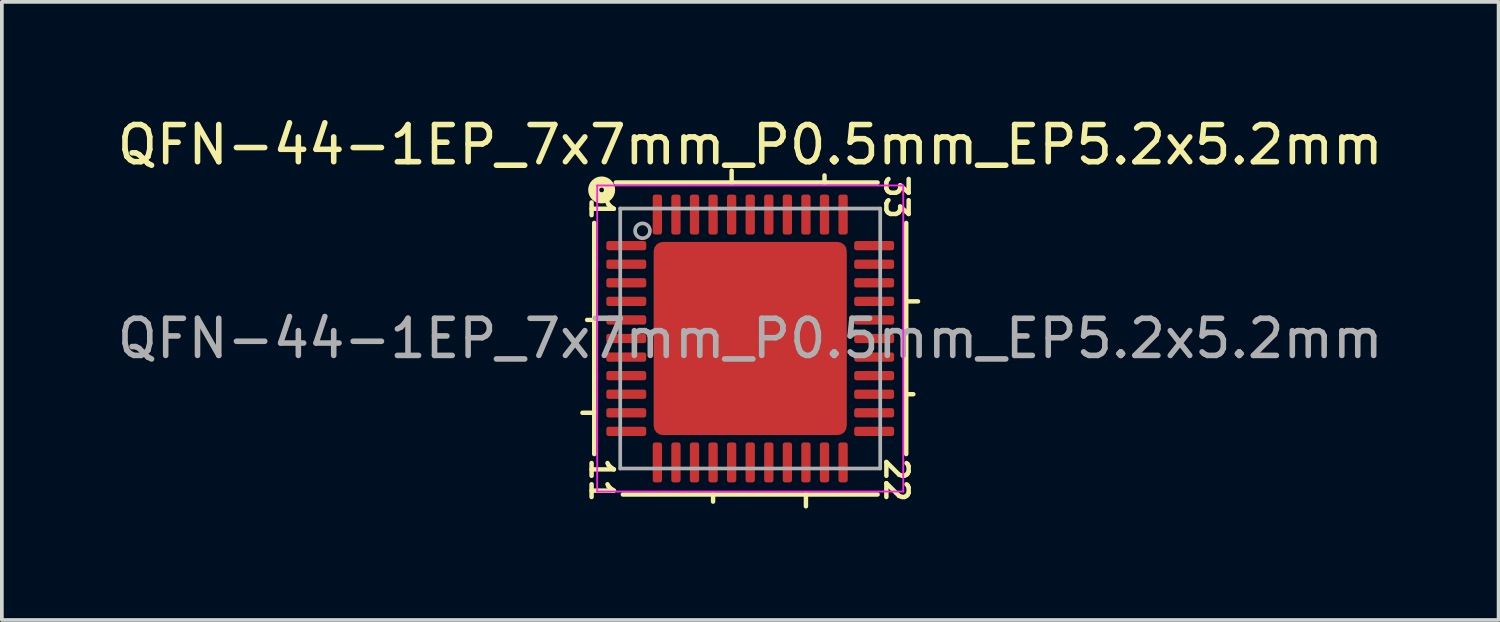
<source format=kicad_pcb>
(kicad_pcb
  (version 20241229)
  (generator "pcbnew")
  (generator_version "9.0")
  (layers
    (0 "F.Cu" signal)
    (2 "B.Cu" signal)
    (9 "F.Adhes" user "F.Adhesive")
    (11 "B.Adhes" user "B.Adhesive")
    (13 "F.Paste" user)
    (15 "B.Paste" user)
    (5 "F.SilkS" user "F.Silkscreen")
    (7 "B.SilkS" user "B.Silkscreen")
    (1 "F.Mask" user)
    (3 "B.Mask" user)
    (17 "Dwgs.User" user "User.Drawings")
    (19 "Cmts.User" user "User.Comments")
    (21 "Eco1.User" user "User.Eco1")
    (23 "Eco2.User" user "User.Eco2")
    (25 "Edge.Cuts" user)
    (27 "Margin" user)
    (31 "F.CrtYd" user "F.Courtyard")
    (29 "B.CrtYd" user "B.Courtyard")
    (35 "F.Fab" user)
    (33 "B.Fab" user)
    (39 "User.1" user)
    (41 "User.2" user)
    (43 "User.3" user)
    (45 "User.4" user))
  (footprint "QFN-44-1EP_7x7mm_P0.5mm_EP5.2x5.2mm"
    (layer "F.Cu")
    (at 17.149 6.064)
    (property "Reference" "QFN-44-1EP_7x7mm_P0.5mm_EP5.2x5.2mm" (at 0 -5.216 0) (layer "F.SilkS") (effects (font (size 1 1) (thickness 0.15))))
    (attr smd)
    (fp_line (start -4.2 -3.111) (end -4.2 3.111) (stroke (width 0.12) (type solid)) (layer "F.SilkS"))
    (fp_line (start -4.2 -0.5) (end -4.391 -0.5) (stroke (width 0.12) (type solid)) (layer "F.SilkS"))
    (fp_line (start -4.2 2) (end -4.518 2) (stroke (width 0.12) (type solid)) (layer "F.SilkS"))
    (fp_line (start -3.429 4.2) (end 3.429 4.2) (stroke (width 0.12) (type solid)) (layer "F.SilkS"))
    (fp_line (start -1 4.2) (end -1 4.391) (stroke (width 0.12) (type solid)) (layer "F.SilkS"))
    (fp_line (start -0.5 -4.2) (end -0.5 -4.518) (stroke (width 0.12) (type solid)) (layer "F.SilkS"))
    (fp_line (start 1.5 4.2) (end 1.5 4.518) (stroke (width 0.12) (type solid)) (layer "F.SilkS"))
    (fp_line (start 2 -4.2) (end 2 -4.391) (stroke (width 0.12) (type solid)) (layer "F.SilkS"))
    (fp_line (start 3.429 -4.2) (end -3.619 -4.2) (stroke (width 0.12) (type solid)) (layer "F.SilkS"))
    (fp_line (start 4.2 -1) (end 4.518 -1) (stroke (width 0.12) (type solid)) (layer "F.SilkS"))
    (fp_line (start 4.2 1.5) (end 4.391 1.5) (stroke (width 0.12) (type solid)) (layer "F.SilkS"))
    (fp_line (start 4.2 3.111) (end 4.2 -3.111) (stroke (width 0.12) (type solid)) (layer "F.SilkS"))
    (fp_circle (center -4 -4) (end -3.937 -4) (stroke (width 0.3) (type solid)) (fill no) (layer "F.SilkS"))
    (fp_line (start -4.12 -4.12) (end -4.12 4.12) (stroke (width 0.05) (type solid)) (layer "F.CrtYd"))
    (fp_line (start -4.12 4.12) (end 4.12 4.12) (stroke (width 0.05) (type solid)) (layer "F.CrtYd"))
    (fp_line (start 4.12 -4.12) (end -4.12 -4.12) (stroke (width 0.05) (type solid)) (layer "F.CrtYd"))
    (fp_line (start 4.12 4.12) (end 4.12 -4.12) (stroke (width 0.05) (type solid)) (layer "F.CrtYd"))
    (fp_line (start -3.5 -3.5) (end 3.5 -3.5) (stroke (width 0.1) (type solid)) (layer "F.Fab"))
    (fp_line (start -3.5 3.5) (end -3.5 -3.5) (stroke (width 0.1) (type solid)) (layer "F.Fab"))
    (fp_line (start 3.5 -3.5) (end 3.5 3.5) (stroke (width 0.1) (type solid)) (layer "F.Fab"))
    (fp_line (start 3.5 3.5) (end -3.5 3.5) (stroke (width 0.1) (type solid)) (layer "F.Fab"))
    (fp_circle (center -2.9 -2.9) (end -2.7 -2.9) (stroke (width 0.1) (type solid)) (fill no) (layer "F.Fab"))
    (fp_text user "11" (at -4 3.81 270) (unlocked yes) (layer "F.SilkS") (effects (font (size 0.6 0.6) (thickness 0.12))))
    (fp_text user "1" (at -4 -3.493 270) (unlocked yes) (layer "F.SilkS") (effects (font (size 0.6 0.6) (thickness 0.12))))
    (fp_text user "33" (at 3.937 -3.81 270) (unlocked yes) (layer "F.SilkS") (effects (font (size 0.6 0.6) (thickness 0.12))))
    (fp_text user "22" (at 3.937 3.81 270) (unlocked yes) (layer "F.SilkS") (effects (font (size 0.6 0.6) (thickness 0.12))))
    (fp_text user "${REFERENCE}" (at 0 0 0) (layer "F.Fab") (effects (font (size 1 1) (thickness 0.15))))
    (pad "" smd roundrect (at -1.95 -1.95) (size 1.05 1.05) (layers "F.Paste") (roundrect_rratio 0.238))
    (pad "" smd roundrect (at -1.95 -0.65) (size 1.05 1.05) (layers "F.Paste") (roundrect_rratio 0.238))
    (pad "" smd roundrect (at -1.95 0.65) (size 1.05 1.05) (layers "F.Paste") (roundrect_rratio 0.238))
    (pad "" smd roundrect (at -1.95 1.95) (size 1.05 1.05) (layers "F.Paste") (roundrect_rratio 0.238))
    (pad "" smd roundrect (at -0.65 -1.95) (size 1.05 1.05) (layers "F.Paste") (roundrect_rratio 0.238))
    (pad "" smd roundrect (at -0.65 -0.65) (size 1.05 1.05) (layers "F.Paste") (roundrect_rratio 0.238))
    (pad "" smd roundrect (at -0.65 0.65) (size 1.05 1.05) (layers "F.Paste") (roundrect_rratio 0.238))
    (pad "" smd roundrect (at -0.65 1.95) (size 1.05 1.05) (layers "F.Paste") (roundrect_rratio 0.238))
    (pad "" smd roundrect (at 0.65 -1.95) (size 1.05 1.05) (layers "F.Paste") (roundrect_rratio 0.238))
    (pad "" smd roundrect (at 0.65 -0.65) (size 1.05 1.05) (layers "F.Paste") (roundrect_rratio 0.238))
    (pad "" smd roundrect (at 0.65 0.65) (size 1.05 1.05) (layers "F.Paste") (roundrect_rratio 0.238))
    (pad "" smd roundrect (at 0.65 1.95) (size 1.05 1.05) (layers "F.Paste") (roundrect_rratio 0.238))
    (pad "" smd roundrect (at 1.95 -1.95) (size 1.05 1.05) (layers "F.Paste") (roundrect_rratio 0.238))
    (pad "" smd roundrect (at 1.95 -0.65) (size 1.05 1.05) (layers "F.Paste") (roundrect_rratio 0.238))
    (pad "" smd roundrect (at 1.95 0.65) (size 1.05 1.05) (layers "F.Paste") (roundrect_rratio 0.238))
    (pad "" smd roundrect (at 1.95 1.95) (size 1.05 1.05) (layers "F.Paste") (roundrect_rratio 0.238))
    (pad "1" smd roundrect (at -3.337 -2.5) (size 1.075 0.25) (layers "F.Cu" "F.Mask" "F.Paste") (roundrect_rratio 0.25))
    (pad "2" smd roundrect (at -3.337 -2) (size 1.075 0.25) (layers "F.Cu" "F.Mask" "F.Paste") (roundrect_rratio 0.25))
    (pad "3" smd roundrect (at -3.337 -1.5) (size 1.075 0.25) (layers "F.Cu" "F.Mask" "F.Paste") (roundrect_rratio 0.25))
    (pad "4" smd roundrect (at -3.337 -1) (size 1.075 0.25) (layers "F.Cu" "F.Mask" "F.Paste") (roundrect_rratio 0.25))
    (pad "5" smd roundrect (at -3.337 -0.5) (size 1.075 0.25) (layers "F.Cu" "F.Mask" "F.Paste") (roundrect_rratio 0.25))
    (pad "6" smd roundrect (at -3.337 0) (size 1.075 0.25) (layers "F.Cu" "F.Mask" "F.Paste") (roundrect_rratio 0.25))
    (pad "7" smd roundrect (at -3.337 0.5) (size 1.075 0.25) (layers "F.Cu" "F.Mask" "F.Paste") (roundrect_rratio 0.25))
    (pad "8" smd roundrect (at -3.337 1) (size 1.075 0.25) (layers "F.Cu" "F.Mask" "F.Paste") (roundrect_rratio 0.25))
    (pad "9" smd roundrect (at -3.337 1.5) (size 1.075 0.25) (layers "F.Cu" "F.Mask" "F.Paste") (roundrect_rratio 0.25))
    (pad "10" smd roundrect (at -3.337 2) (size 1.075 0.25) (layers "F.Cu" "F.Mask" "F.Paste") (roundrect_rratio 0.25))
    (pad "11" smd roundrect (at -3.337 2.5) (size 1.075 0.25) (layers "F.Cu" "F.Mask" "F.Paste") (roundrect_rratio 0.25))
    (pad "12" smd roundrect (at -2.5 3.337) (size 0.25 1.075) (layers "F.Cu" "F.Mask" "F.Paste") (roundrect_rratio 0.25))
    (pad "13" smd roundrect (at -2 3.337) (size 0.25 1.075) (layers "F.Cu" "F.Mask" "F.Paste") (roundrect_rratio 0.25))
    (pad "14" smd roundrect (at -1.5 3.337) (size 0.25 1.075) (layers "F.Cu" "F.Mask" "F.Paste") (roundrect_rratio 0.25))
    (pad "15" smd roundrect (at -1 3.337) (size 0.25 1.075) (layers "F.Cu" "F.Mask" "F.Paste") (roundrect_rratio 0.25))
    (pad "16" smd roundrect (at -0.5 3.337) (size 0.25 1.075) (layers "F.Cu" "F.Mask" "F.Paste") (roundrect_rratio 0.25))
    (pad "17" smd roundrect (at 0 3.337) (size 0.25 1.075) (layers "F.Cu" "F.Mask" "F.Paste") (roundrect_rratio 0.25))
    (pad "18" smd roundrect (at 0.5 3.337) (size 0.25 1.075) (layers "F.Cu" "F.Mask" "F.Paste") (roundrect_rratio 0.25))
    (pad "19" smd roundrect (at 1 3.337) (size 0.25 1.075) (layers "F.Cu" "F.Mask" "F.Paste") (roundrect_rratio 0.25))
    (pad "20" smd roundrect (at 1.5 3.337) (size 0.25 1.075) (layers "F.Cu" "F.Mask" "F.Paste") (roundrect_rratio 0.25))
    (pad "21" smd roundrect (at 2 3.337) (size 0.25 1.075) (layers "F.Cu" "F.Mask" "F.Paste") (roundrect_rratio 0.25))
    (pad "22" smd roundrect (at 2.5 3.337) (size 0.25 1.075) (layers "F.Cu" "F.Mask" "F.Paste") (roundrect_rratio 0.25))
    (pad "23" smd roundrect (at 3.337 2.5) (size 1.075 0.25) (layers "F.Cu" "F.Mask" "F.Paste") (roundrect_rratio 0.25))
    (pad "24" smd roundrect (at 3.337 2) (size 1.075 0.25) (layers "F.Cu" "F.Mask" "F.Paste") (roundrect_rratio 0.25))
    (pad "25" smd roundrect (at 3.337 1.5) (size 1.075 0.25) (layers "F.Cu" "F.Mask" "F.Paste") (roundrect_rratio 0.25))
    (pad "26" smd roundrect (at 3.337 1) (size 1.075 0.25) (layers "F.Cu" "F.Mask" "F.Paste") (roundrect_rratio 0.25))
    (pad "27" smd roundrect (at 3.337 0.5) (size 1.075 0.25) (layers "F.Cu" "F.Mask" "F.Paste") (roundrect_rratio 0.25))
    (pad "28" smd roundrect (at 3.337 0) (size 1.075 0.25) (layers "F.Cu" "F.Mask" "F.Paste") (roundrect_rratio 0.25))
    (pad "29" smd roundrect (at 3.337 -0.5) (size 1.075 0.25) (layers "F.Cu" "F.Mask" "F.Paste") (roundrect_rratio 0.25))
    (pad "30" smd roundrect (at 3.337 -1) (size 1.075 0.25) (layers "F.Cu" "F.Mask" "F.Paste") (roundrect_rratio 0.25))
    (pad "31" smd roundrect (at 3.337 -1.5) (size 1.075 0.25) (layers "F.Cu" "F.Mask" "F.Paste") (roundrect_rratio 0.25))
    (pad "32" smd roundrect (at 3.337 -2) (size 1.075 0.25) (layers "F.Cu" "F.Mask" "F.Paste") (roundrect_rratio 0.25))
    (pad "33" smd roundrect (at 3.337 -2.5) (size 1.075 0.25) (layers "F.Cu" "F.Mask" "F.Paste") (roundrect_rratio 0.25))
    (pad "34" smd roundrect (at 2.5 -3.337) (size 0.25 1.075) (layers "F.Cu" "F.Mask" "F.Paste") (roundrect_rratio 0.25))
    (pad "35" smd roundrect (at 2 -3.337) (size 0.25 1.075) (layers "F.Cu" "F.Mask" "F.Paste") (roundrect_rratio 0.25))
    (pad "36" smd roundrect (at 1.5 -3.337) (size 0.25 1.075) (layers "F.Cu" "F.Mask" "F.Paste") (roundrect_rratio 0.25))
    (pad "37" smd roundrect (at 1 -3.337) (size 0.25 1.075) (layers "F.Cu" "F.Mask" "F.Paste") (roundrect_rratio 0.25))
    (pad "38" smd roundrect (at 0.5 -3.337) (size 0.25 1.075) (layers "F.Cu" "F.Mask" "F.Paste") (roundrect_rratio 0.25))
    (pad "39" smd roundrect (at 0 -3.337) (size 0.25 1.075) (layers "F.Cu" "F.Mask" "F.Paste") (roundrect_rratio 0.25))
    (pad "40" smd roundrect (at -0.5 -3.337) (size 0.25 1.075) (layers "F.Cu" "F.Mask" "F.Paste") (roundrect_rratio 0.25))
    (pad "41" smd roundrect (at -1 -3.337) (size 0.25 1.075) (layers "F.Cu" "F.Mask" "F.Paste") (roundrect_rratio 0.25))
    (pad "42" smd roundrect (at -1.5 -3.337) (size 0.25 1.075) (layers "F.Cu" "F.Mask" "F.Paste") (roundrect_rratio 0.25))
    (pad "43" smd roundrect (at -2 -3.337) (size 0.25 1.075) (layers "F.Cu" "F.Mask" "F.Paste") (roundrect_rratio 0.25))
    (pad "44" smd roundrect (at -2.5 -3.337) (size 0.25 1.075) (layers "F.Cu" "F.Mask" "F.Paste") (roundrect_rratio 0.25))
    (pad "45" smd roundrect (at 0 0) (size 5.2 5.2) (layers "F.Cu" "F.Mask") (roundrect_rratio 0.048)))
  (gr_rect
    (start -3 -3)
    (end 37.298 13.642)
    (stroke (width 0.1) (type default))
    (fill no)
    (layer "Edge.Cuts")))
</source>
